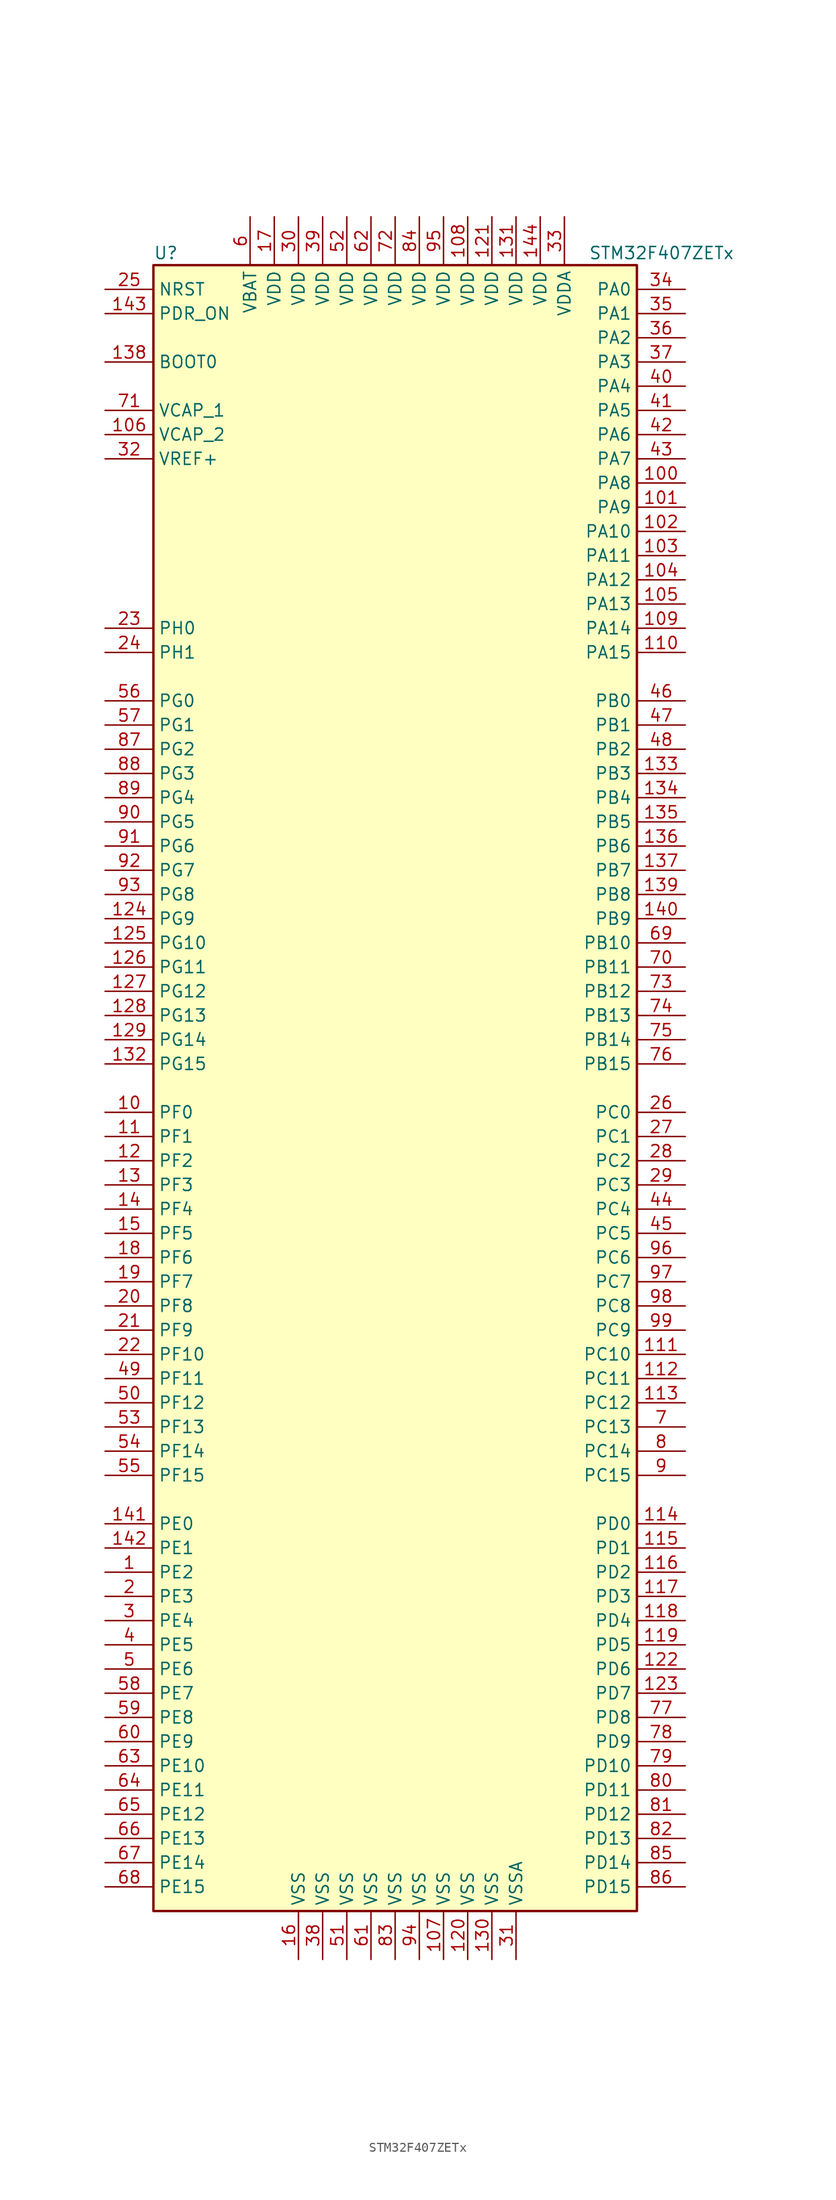
<source format=kicad_sym>
(kicad_symbol_lib
  (version 20211014)
  (generator kicad_symbol_editor)
  (symbol "STM32F407ZETx"
    (property "Reference" "U"
      (at -25.4 87.63 0)
      (effects (font (size 1.27 1.27)) (justify left)))
    (property "Value" "STM32F407ZETx"
      (at 20.32 87.63 0)
      (effects (font (size 1.27 1.27)) (justify left)))
    (symbol "STM32F407ZETx_0_1"
      (rectangle (start -25.4 -86.36) (end 25.4 86.36) (stroke (width 0.254) (type default) (color 0 0 0 0)) (fill (type background))))
    (symbol "STM32F407ZETx_1_1"
      (pin bidirectional line (at -30.48 -50.8 0) (length 5.08) (name "PE2" (effects (font (size 1.27 1.27)))) (number "1" (effects (font (size 1.27 1.27)))))
      (pin bidirectional line (at -30.48 -2.54 0) (length 5.08) (name "PF0" (effects (font (size 1.27 1.27)))) (number "10" (effects (font (size 1.27 1.27)))))
      (pin bidirectional line (at 30.48 63.5 180) (length 5.08) (name "PA8" (effects (font (size 1.27 1.27)))) (number "100" (effects (font (size 1.27 1.27)))))
      (pin bidirectional line (at 30.48 60.96 180) (length 5.08) (name "PA9" (effects (font (size 1.27 1.27)))) (number "101" (effects (font (size 1.27 1.27)))))
      (pin bidirectional line (at 30.48 58.42 180) (length 5.08) (name "PA10" (effects (font (size 1.27 1.27)))) (number "102" (effects (font (size 1.27 1.27)))))
      (pin bidirectional line (at 30.48 55.88 180) (length 5.08) (name "PA11" (effects (font (size 1.27 1.27)))) (number "103" (effects (font (size 1.27 1.27)))))
      (pin bidirectional line (at 30.48 53.34 180) (length 5.08) (name "PA12" (effects (font (size 1.27 1.27)))) (number "104" (effects (font (size 1.27 1.27)))))
      (pin bidirectional line (at 30.48 50.8 180) (length 5.08) (name "PA13" (effects (font (size 1.27 1.27)))) (number "105" (effects (font (size 1.27 1.27)))))
      (pin power_in line (at -30.48 68.58 0) (length 5.08) (name "VCAP_2" (effects (font (size 1.27 1.27)))) (number "106" (effects (font (size 1.27 1.27)))))
      (pin power_in line (at 5.08 -91.44 90) (length 5.08) (name "VSS" (effects (font (size 1.27 1.27)))) (number "107" (effects (font (size 1.27 1.27)))))
      (pin power_in line (at 7.62 91.44 270) (length 5.08) (name "VDD" (effects (font (size 1.27 1.27)))) (number "108" (effects (font (size 1.27 1.27)))))
      (pin bidirectional line (at 30.48 48.26 180) (length 5.08) (name "PA14" (effects (font (size 1.27 1.27)))) (number "109" (effects (font (size 1.27 1.27)))))
      (pin bidirectional line (at -30.48 -5.08 0) (length 5.08) (name "PF1" (effects (font (size 1.27 1.27)))) (number "11" (effects (font (size 1.27 1.27)))))
      (pin bidirectional line (at 30.48 45.72 180) (length 5.08) (name "PA15" (effects (font (size 1.27 1.27)))) (number "110" (effects (font (size 1.27 1.27)))))
      (pin bidirectional line (at 30.48 -27.94 180) (length 5.08) (name "PC10" (effects (font (size 1.27 1.27)))) (number "111" (effects (font (size 1.27 1.27)))))
      (pin bidirectional line (at 30.48 -30.48 180) (length 5.08) (name "PC11" (effects (font (size 1.27 1.27)))) (number "112" (effects (font (size 1.27 1.27)))))
      (pin bidirectional line (at 30.48 -33.02 180) (length 5.08) (name "PC12" (effects (font (size 1.27 1.27)))) (number "113" (effects (font (size 1.27 1.27)))))
      (pin bidirectional line (at 30.48 -45.72 180) (length 5.08) (name "PD0" (effects (font (size 1.27 1.27)))) (number "114" (effects (font (size 1.27 1.27)))))
      (pin bidirectional line (at 30.48 -48.26 180) (length 5.08) (name "PD1" (effects (font (size 1.27 1.27)))) (number "115" (effects (font (size 1.27 1.27)))))
      (pin bidirectional line (at 30.48 -50.8 180) (length 5.08) (name "PD2" (effects (font (size 1.27 1.27)))) (number "116" (effects (font (size 1.27 1.27)))))
      (pin bidirectional line (at 30.48 -53.34 180) (length 5.08) (name "PD3" (effects (font (size 1.27 1.27)))) (number "117" (effects (font (size 1.27 1.27)))))
      (pin bidirectional line (at 30.48 -55.88 180) (length 5.08) (name "PD4" (effects (font (size 1.27 1.27)))) (number "118" (effects (font (size 1.27 1.27)))))
      (pin bidirectional line (at 30.48 -58.42 180) (length 5.08) (name "PD5" (effects (font (size 1.27 1.27)))) (number "119" (effects (font (size 1.27 1.27)))))
      (pin bidirectional line (at -30.48 -7.62 0) (length 5.08) (name "PF2" (effects (font (size 1.27 1.27)))) (number "12" (effects (font (size 1.27 1.27)))))
      (pin power_in line (at 7.62 -91.44 90) (length 5.08) (name "VSS" (effects (font (size 1.27 1.27)))) (number "120" (effects (font (size 1.27 1.27)))))
      (pin power_in line (at 10.16 91.44 270) (length 5.08) (name "VDD" (effects (font (size 1.27 1.27)))) (number "121" (effects (font (size 1.27 1.27)))))
      (pin bidirectional line (at 30.48 -60.96 180) (length 5.08) (name "PD6" (effects (font (size 1.27 1.27)))) (number "122" (effects (font (size 1.27 1.27)))))
      (pin bidirectional line (at 30.48 -63.5 180) (length 5.08) (name "PD7" (effects (font (size 1.27 1.27)))) (number "123" (effects (font (size 1.27 1.27)))))
      (pin bidirectional line (at -30.48 17.78 0) (length 5.08) (name "PG9" (effects (font (size 1.27 1.27)))) (number "124" (effects (font (size 1.27 1.27)))))
      (pin bidirectional line (at -30.48 15.24 0) (length 5.08) (name "PG10" (effects (font (size 1.27 1.27)))) (number "125" (effects (font (size 1.27 1.27)))))
      (pin bidirectional line (at -30.48 12.7 0) (length 5.08) (name "PG11" (effects (font (size 1.27 1.27)))) (number "126" (effects (font (size 1.27 1.27)))))
      (pin bidirectional line (at -30.48 10.16 0) (length 5.08) (name "PG12" (effects (font (size 1.27 1.27)))) (number "127" (effects (font (size 1.27 1.27)))))
      (pin bidirectional line (at -30.48 7.62 0) (length 5.08) (name "PG13" (effects (font (size 1.27 1.27)))) (number "128" (effects (font (size 1.27 1.27)))))
      (pin bidirectional line (at -30.48 5.08 0) (length 5.08) (name "PG14" (effects (font (size 1.27 1.27)))) (number "129" (effects (font (size 1.27 1.27)))))
      (pin bidirectional line (at -30.48 -10.16 0) (length 5.08) (name "PF3" (effects (font (size 1.27 1.27)))) (number "13" (effects (font (size 1.27 1.27)))))
      (pin power_in line (at 10.16 -91.44 90) (length 5.08) (name "VSS" (effects (font (size 1.27 1.27)))) (number "130" (effects (font (size 1.27 1.27)))))
      (pin power_in line (at 12.7 91.44 270) (length 5.08) (name "VDD" (effects (font (size 1.27 1.27)))) (number "131" (effects (font (size 1.27 1.27)))))
      (pin bidirectional line (at -30.48 2.54 0) (length 5.08) (name "PG15" (effects (font (size 1.27 1.27)))) (number "132" (effects (font (size 1.27 1.27)))))
      (pin bidirectional line (at 30.48 33.02 180) (length 5.08) (name "PB3" (effects (font (size 1.27 1.27)))) (number "133" (effects (font (size 1.27 1.27)))))
      (pin bidirectional line (at 30.48 30.48 180) (length 5.08) (name "PB4" (effects (font (size 1.27 1.27)))) (number "134" (effects (font (size 1.27 1.27)))))
      (pin bidirectional line (at 30.48 27.94 180) (length 5.08) (name "PB5" (effects (font (size 1.27 1.27)))) (number "135" (effects (font (size 1.27 1.27)))))
      (pin bidirectional line (at 30.48 25.4 180) (length 5.08) (name "PB6" (effects (font (size 1.27 1.27)))) (number "136" (effects (font (size 1.27 1.27)))))
      (pin bidirectional line (at 30.48 22.86 180) (length 5.08) (name "PB7" (effects (font (size 1.27 1.27)))) (number "137" (effects (font (size 1.27 1.27)))))
      (pin input line (at -30.48 76.2 0) (length 5.08) (name "BOOT0" (effects (font (size 1.27 1.27)))) (number "138" (effects (font (size 1.27 1.27)))))
      (pin bidirectional line (at 30.48 20.32 180) (length 5.08) (name "PB8" (effects (font (size 1.27 1.27)))) (number "139" (effects (font (size 1.27 1.27)))))
      (pin bidirectional line (at -30.48 -12.7 0) (length 5.08) (name "PF4" (effects (font (size 1.27 1.27)))) (number "14" (effects (font (size 1.27 1.27)))))
      (pin bidirectional line (at 30.48 17.78 180) (length 5.08) (name "PB9" (effects (font (size 1.27 1.27)))) (number "140" (effects (font (size 1.27 1.27)))))
      (pin bidirectional line (at -30.48 -45.72 0) (length 5.08) (name "PE0" (effects (font (size 1.27 1.27)))) (number "141" (effects (font (size 1.27 1.27)))))
      (pin bidirectional line (at -30.48 -48.26 0) (length 5.08) (name "PE1" (effects (font (size 1.27 1.27)))) (number "142" (effects (font (size 1.27 1.27)))))
      (pin input line (at -30.48 81.28 0) (length 5.08) (name "PDR_ON" (effects (font (size 1.27 1.27)))) (number "143" (effects (font (size 1.27 1.27)))))
      (pin power_in line (at 15.24 91.44 270) (length 5.08) (name "VDD" (effects (font (size 1.27 1.27)))) (number "144" (effects (font (size 1.27 1.27)))))
      (pin bidirectional line (at -30.48 -15.24 0) (length 5.08) (name "PF5" (effects (font (size 1.27 1.27)))) (number "15" (effects (font (size 1.27 1.27)))))
      (pin power_in line (at -10.16 -91.44 90) (length 5.08) (name "VSS" (effects (font (size 1.27 1.27)))) (number "16" (effects (font (size 1.27 1.27)))))
      (pin power_in line (at -12.7 91.44 270) (length 5.08) (name "VDD" (effects (font (size 1.27 1.27)))) (number "17" (effects (font (size 1.27 1.27)))))
      (pin bidirectional line (at -30.48 -17.78 0) (length 5.08) (name "PF6" (effects (font (size 1.27 1.27)))) (number "18" (effects (font (size 1.27 1.27)))))
      (pin bidirectional line (at -30.48 -20.32 0) (length 5.08) (name "PF7" (effects (font (size 1.27 1.27)))) (number "19" (effects (font (size 1.27 1.27)))))
      (pin bidirectional line (at -30.48 -53.34 0) (length 5.08) (name "PE3" (effects (font (size 1.27 1.27)))) (number "2" (effects (font (size 1.27 1.27)))))
      (pin bidirectional line (at -30.48 -22.86 0) (length 5.08) (name "PF8" (effects (font (size 1.27 1.27)))) (number "20" (effects (font (size 1.27 1.27)))))
      (pin bidirectional line (at -30.48 -25.4 0) (length 5.08) (name "PF9" (effects (font (size 1.27 1.27)))) (number "21" (effects (font (size 1.27 1.27)))))
      (pin bidirectional line (at -30.48 -27.94 0) (length 5.08) (name "PF10" (effects (font (size 1.27 1.27)))) (number "22" (effects (font (size 1.27 1.27)))))
      (pin input line (at -30.48 48.26 0) (length 5.08) (name "PH0" (effects (font (size 1.27 1.27)))) (number "23" (effects (font (size 1.27 1.27)))))
      (pin input line (at -30.48 45.72 0) (length 5.08) (name "PH1" (effects (font (size 1.27 1.27)))) (number "24" (effects (font (size 1.27 1.27)))))
      (pin input line (at -30.48 83.82 0) (length 5.08) (name "NRST" (effects (font (size 1.27 1.27)))) (number "25" (effects (font (size 1.27 1.27)))))
      (pin bidirectional line (at 30.48 -2.54 180) (length 5.08) (name "PC0" (effects (font (size 1.27 1.27)))) (number "26" (effects (font (size 1.27 1.27)))))
      (pin bidirectional line (at 30.48 -5.08 180) (length 5.08) (name "PC1" (effects (font (size 1.27 1.27)))) (number "27" (effects (font (size 1.27 1.27)))))
      (pin bidirectional line (at 30.48 -7.62 180) (length 5.08) (name "PC2" (effects (font (size 1.27 1.27)))) (number "28" (effects (font (size 1.27 1.27)))))
      (pin bidirectional line (at 30.48 -10.16 180) (length 5.08) (name "PC3" (effects (font (size 1.27 1.27)))) (number "29" (effects (font (size 1.27 1.27)))))
      (pin bidirectional line (at -30.48 -55.88 0) (length 5.08) (name "PE4" (effects (font (size 1.27 1.27)))) (number "3" (effects (font (size 1.27 1.27)))))
      (pin power_in line (at -10.16 91.44 270) (length 5.08) (name "VDD" (effects (font (size 1.27 1.27)))) (number "30" (effects (font (size 1.27 1.27)))))
      (pin power_in line (at 12.7 -91.44 90) (length 5.08) (name "VSSA" (effects (font (size 1.27 1.27)))) (number "31" (effects (font (size 1.27 1.27)))))
      (pin power_in line (at -30.48 66.04 0) (length 5.08) (name "VREF+" (effects (font (size 1.27 1.27)))) (number "32" (effects (font (size 1.27 1.27)))))
      (pin power_in line (at 17.78 91.44 270) (length 5.08) (name "VDDA" (effects (font (size 1.27 1.27)))) (number "33" (effects (font (size 1.27 1.27)))))
      (pin bidirectional line (at 30.48 83.82 180) (length 5.08) (name "PA0" (effects (font (size 1.27 1.27)))) (number "34" (effects (font (size 1.27 1.27)))))
      (pin bidirectional line (at 30.48 81.28 180) (length 5.08) (name "PA1" (effects (font (size 1.27 1.27)))) (number "35" (effects (font (size 1.27 1.27)))))
      (pin bidirectional line (at 30.48 78.74 180) (length 5.08) (name "PA2" (effects (font (size 1.27 1.27)))) (number "36" (effects (font (size 1.27 1.27)))))
      (pin bidirectional line (at 30.48 76.2 180) (length 5.08) (name "PA3" (effects (font (size 1.27 1.27)))) (number "37" (effects (font (size 1.27 1.27)))))
      (pin power_in line (at -7.62 -91.44 90) (length 5.08) (name "VSS" (effects (font (size 1.27 1.27)))) (number "38" (effects (font (size 1.27 1.27)))))
      (pin power_in line (at -7.62 91.44 270) (length 5.08) (name "VDD" (effects (font (size 1.27 1.27)))) (number "39" (effects (font (size 1.27 1.27)))))
      (pin bidirectional line (at -30.48 -58.42 0) (length 5.08) (name "PE5" (effects (font (size 1.27 1.27)))) (number "4" (effects (font (size 1.27 1.27)))))
      (pin bidirectional line (at 30.48 73.66 180) (length 5.08) (name "PA4" (effects (font (size 1.27 1.27)))) (number "40" (effects (font (size 1.27 1.27)))))
      (pin bidirectional line (at 30.48 71.12 180) (length 5.08) (name "PA5" (effects (font (size 1.27 1.27)))) (number "41" (effects (font (size 1.27 1.27)))))
      (pin bidirectional line (at 30.48 68.58 180) (length 5.08) (name "PA6" (effects (font (size 1.27 1.27)))) (number "42" (effects (font (size 1.27 1.27)))))
      (pin bidirectional line (at 30.48 66.04 180) (length 5.08) (name "PA7" (effects (font (size 1.27 1.27)))) (number "43" (effects (font (size 1.27 1.27)))))
      (pin bidirectional line (at 30.48 -12.7 180) (length 5.08) (name "PC4" (effects (font (size 1.27 1.27)))) (number "44" (effects (font (size 1.27 1.27)))))
      (pin bidirectional line (at 30.48 -15.24 180) (length 5.08) (name "PC5" (effects (font (size 1.27 1.27)))) (number "45" (effects (font (size 1.27 1.27)))))
      (pin bidirectional line (at 30.48 40.64 180) (length 5.08) (name "PB0" (effects (font (size 1.27 1.27)))) (number "46" (effects (font (size 1.27 1.27)))))
      (pin bidirectional line (at 30.48 38.1 180) (length 5.08) (name "PB1" (effects (font (size 1.27 1.27)))) (number "47" (effects (font (size 1.27 1.27)))))
      (pin bidirectional line (at 30.48 35.56 180) (length 5.08) (name "PB2" (effects (font (size 1.27 1.27)))) (number "48" (effects (font (size 1.27 1.27)))))
      (pin bidirectional line (at -30.48 -30.48 0) (length 5.08) (name "PF11" (effects (font (size 1.27 1.27)))) (number "49" (effects (font (size 1.27 1.27)))))
      (pin bidirectional line (at -30.48 -60.96 0) (length 5.08) (name "PE6" (effects (font (size 1.27 1.27)))) (number "5" (effects (font (size 1.27 1.27)))))
      (pin bidirectional line (at -30.48 -33.02 0) (length 5.08) (name "PF12" (effects (font (size 1.27 1.27)))) (number "50" (effects (font (size 1.27 1.27)))))
      (pin power_in line (at -5.08 -91.44 90) (length 5.08) (name "VSS" (effects (font (size 1.27 1.27)))) (number "51" (effects (font (size 1.27 1.27)))))
      (pin power_in line (at -5.08 91.44 270) (length 5.08) (name "VDD" (effects (font (size 1.27 1.27)))) (number "52" (effects (font (size 1.27 1.27)))))
      (pin bidirectional line (at -30.48 -35.56 0) (length 5.08) (name "PF13" (effects (font (size 1.27 1.27)))) (number "53" (effects (font (size 1.27 1.27)))))
      (pin bidirectional line (at -30.48 -38.1 0) (length 5.08) (name "PF14" (effects (font (size 1.27 1.27)))) (number "54" (effects (font (size 1.27 1.27)))))
      (pin bidirectional line (at -30.48 -40.64 0) (length 5.08) (name "PF15" (effects (font (size 1.27 1.27)))) (number "55" (effects (font (size 1.27 1.27)))))
      (pin bidirectional line (at -30.48 40.64 0) (length 5.08) (name "PG0" (effects (font (size 1.27 1.27)))) (number "56" (effects (font (size 1.27 1.27)))))
      (pin bidirectional line (at -30.48 38.1 0) (length 5.08) (name "PG1" (effects (font (size 1.27 1.27)))) (number "57" (effects (font (size 1.27 1.27)))))
      (pin bidirectional line (at -30.48 -63.5 0) (length 5.08) (name "PE7" (effects (font (size 1.27 1.27)))) (number "58" (effects (font (size 1.27 1.27)))))
      (pin bidirectional line (at -30.48 -66.04 0) (length 5.08) (name "PE8" (effects (font (size 1.27 1.27)))) (number "59" (effects (font (size 1.27 1.27)))))
      (pin power_in line (at -15.24 91.44 270) (length 5.08) (name "VBAT" (effects (font (size 1.27 1.27)))) (number "6" (effects (font (size 1.27 1.27)))))
      (pin bidirectional line (at -30.48 -68.58 0) (length 5.08) (name "PE9" (effects (font (size 1.27 1.27)))) (number "60" (effects (font (size 1.27 1.27)))))
      (pin power_in line (at -2.54 -91.44 90) (length 5.08) (name "VSS" (effects (font (size 1.27 1.27)))) (number "61" (effects (font (size 1.27 1.27)))))
      (pin power_in line (at -2.54 91.44 270) (length 5.08) (name "VDD" (effects (font (size 1.27 1.27)))) (number "62" (effects (font (size 1.27 1.27)))))
      (pin bidirectional line (at -30.48 -71.12 0) (length 5.08) (name "PE10" (effects (font (size 1.27 1.27)))) (number "63" (effects (font (size 1.27 1.27)))))
      (pin bidirectional line (at -30.48 -73.66 0) (length 5.08) (name "PE11" (effects (font (size 1.27 1.27)))) (number "64" (effects (font (size 1.27 1.27)))))
      (pin bidirectional line (at -30.48 -76.2 0) (length 5.08) (name "PE12" (effects (font (size 1.27 1.27)))) (number "65" (effects (font (size 1.27 1.27)))))
      (pin bidirectional line (at -30.48 -78.74 0) (length 5.08) (name "PE13" (effects (font (size 1.27 1.27)))) (number "66" (effects (font (size 1.27 1.27)))))
      (pin bidirectional line (at -30.48 -81.28 0) (length 5.08) (name "PE14" (effects (font (size 1.27 1.27)))) (number "67" (effects (font (size 1.27 1.27)))))
      (pin bidirectional line (at -30.48 -83.82 0) (length 5.08) (name "PE15" (effects (font (size 1.27 1.27)))) (number "68" (effects (font (size 1.27 1.27)))))
      (pin bidirectional line (at 30.48 15.24 180) (length 5.08) (name "PB10" (effects (font (size 1.27 1.27)))) (number "69" (effects (font (size 1.27 1.27)))))
      (pin bidirectional line (at 30.48 -35.56 180) (length 5.08) (name "PC13" (effects (font (size 1.27 1.27)))) (number "7" (effects (font (size 1.27 1.27)))))
      (pin bidirectional line (at 30.48 12.7 180) (length 5.08) (name "PB11" (effects (font (size 1.27 1.27)))) (number "70" (effects (font (size 1.27 1.27)))))
      (pin power_in line (at -30.48 71.12 0) (length 5.08) (name "VCAP_1" (effects (font (size 1.27 1.27)))) (number "71" (effects (font (size 1.27 1.27)))))
      (pin power_in line (at 0 91.44 270) (length 5.08) (name "VDD" (effects (font (size 1.27 1.27)))) (number "72" (effects (font (size 1.27 1.27)))))
      (pin bidirectional line (at 30.48 10.16 180) (length 5.08) (name "PB12" (effects (font (size 1.27 1.27)))) (number "73" (effects (font (size 1.27 1.27)))))
      (pin bidirectional line (at 30.48 7.62 180) (length 5.08) (name "PB13" (effects (font (size 1.27 1.27)))) (number "74" (effects (font (size 1.27 1.27)))))
      (pin bidirectional line (at 30.48 5.08 180) (length 5.08) (name "PB14" (effects (font (size 1.27 1.27)))) (number "75" (effects (font (size 1.27 1.27)))))
      (pin bidirectional line (at 30.48 2.54 180) (length 5.08) (name "PB15" (effects (font (size 1.27 1.27)))) (number "76" (effects (font (size 1.27 1.27)))))
      (pin bidirectional line (at 30.48 -66.04 180) (length 5.08) (name "PD8" (effects (font (size 1.27 1.27)))) (number "77" (effects (font (size 1.27 1.27)))))
      (pin bidirectional line (at 30.48 -68.58 180) (length 5.08) (name "PD9" (effects (font (size 1.27 1.27)))) (number "78" (effects (font (size 1.27 1.27)))))
      (pin bidirectional line (at 30.48 -71.12 180) (length 5.08) (name "PD10" (effects (font (size 1.27 1.27)))) (number "79" (effects (font (size 1.27 1.27)))))
      (pin bidirectional line (at 30.48 -38.1 180) (length 5.08) (name "PC14" (effects (font (size 1.27 1.27)))) (number "8" (effects (font (size 1.27 1.27)))))
      (pin bidirectional line (at 30.48 -73.66 180) (length 5.08) (name "PD11" (effects (font (size 1.27 1.27)))) (number "80" (effects (font (size 1.27 1.27)))))
      (pin bidirectional line (at 30.48 -76.2 180) (length 5.08) (name "PD12" (effects (font (size 1.27 1.27)))) (number "81" (effects (font (size 1.27 1.27)))))
      (pin bidirectional line (at 30.48 -78.74 180) (length 5.08) (name "PD13" (effects (font (size 1.27 1.27)))) (number "82" (effects (font (size 1.27 1.27)))))
      (pin power_in line (at 0 -91.44 90) (length 5.08) (name "VSS" (effects (font (size 1.27 1.27)))) (number "83" (effects (font (size 1.27 1.27)))))
      (pin power_in line (at 2.54 91.44 270) (length 5.08) (name "VDD" (effects (font (size 1.27 1.27)))) (number "84" (effects (font (size 1.27 1.27)))))
      (pin bidirectional line (at 30.48 -81.28 180) (length 5.08) (name "PD14" (effects (font (size 1.27 1.27)))) (number "85" (effects (font (size 1.27 1.27)))))
      (pin bidirectional line (at 30.48 -83.82 180) (length 5.08) (name "PD15" (effects (font (size 1.27 1.27)))) (number "86" (effects (font (size 1.27 1.27)))))
      (pin bidirectional line (at -30.48 35.56 0) (length 5.08) (name "PG2" (effects (font (size 1.27 1.27)))) (number "87" (effects (font (size 1.27 1.27)))))
      (pin bidirectional line (at -30.48 33.02 0) (length 5.08) (name "PG3" (effects (font (size 1.27 1.27)))) (number "88" (effects (font (size 1.27 1.27)))))
      (pin bidirectional line (at -30.48 30.48 0) (length 5.08) (name "PG4" (effects (font (size 1.27 1.27)))) (number "89" (effects (font (size 1.27 1.27)))))
      (pin bidirectional line (at 30.48 -40.64 180) (length 5.08) (name "PC15" (effects (font (size 1.27 1.27)))) (number "9" (effects (font (size 1.27 1.27)))))
      (pin bidirectional line (at -30.48 27.94 0) (length 5.08) (name "PG5" (effects (font (size 1.27 1.27)))) (number "90" (effects (font (size 1.27 1.27)))))
      (pin bidirectional line (at -30.48 25.4 0) (length 5.08) (name "PG6" (effects (font (size 1.27 1.27)))) (number "91" (effects (font (size 1.27 1.27)))))
      (pin bidirectional line (at -30.48 22.86 0) (length 5.08) (name "PG7" (effects (font (size 1.27 1.27)))) (number "92" (effects (font (size 1.27 1.27)))))
      (pin bidirectional line (at -30.48 20.32 0) (length 5.08) (name "PG8" (effects (font (size 1.27 1.27)))) (number "93" (effects (font (size 1.27 1.27)))))
      (pin power_in line (at 2.54 -91.44 90) (length 5.08) (name "VSS" (effects (font (size 1.27 1.27)))) (number "94" (effects (font (size 1.27 1.27)))))
      (pin power_in line (at 5.08 91.44 270) (length 5.08) (name "VDD" (effects (font (size 1.27 1.27)))) (number "95" (effects (font (size 1.27 1.27)))))
      (pin bidirectional line (at 30.48 -17.78 180) (length 5.08) (name "PC6" (effects (font (size 1.27 1.27)))) (number "96" (effects (font (size 1.27 1.27)))))
      (pin bidirectional line (at 30.48 -20.32 180) (length 5.08) (name "PC7" (effects (font (size 1.27 1.27)))) (number "97" (effects (font (size 1.27 1.27)))))
      (pin bidirectional line (at 30.48 -22.86 180) (length 5.08) (name "PC8" (effects (font (size 1.27 1.27)))) (number "98" (effects (font (size 1.27 1.27)))))
      (pin bidirectional line (at 30.48 -25.4 180) (length 5.08) (name "PC9" (effects (font (size 1.27 1.27)))) (number "99" (effects (font (size 1.27 1.27))))))))
</source>
